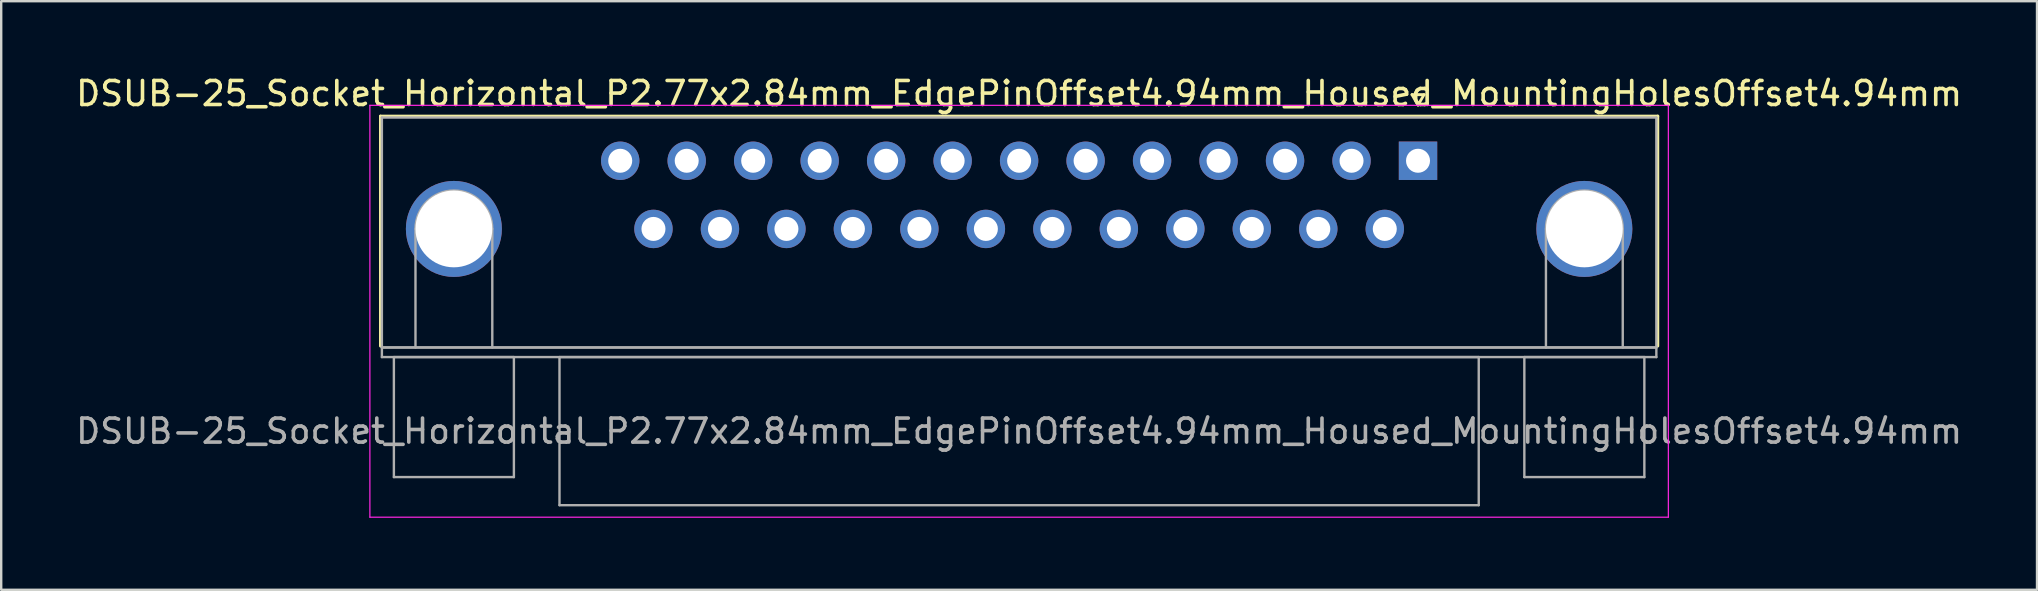
<source format=kicad_pcb>
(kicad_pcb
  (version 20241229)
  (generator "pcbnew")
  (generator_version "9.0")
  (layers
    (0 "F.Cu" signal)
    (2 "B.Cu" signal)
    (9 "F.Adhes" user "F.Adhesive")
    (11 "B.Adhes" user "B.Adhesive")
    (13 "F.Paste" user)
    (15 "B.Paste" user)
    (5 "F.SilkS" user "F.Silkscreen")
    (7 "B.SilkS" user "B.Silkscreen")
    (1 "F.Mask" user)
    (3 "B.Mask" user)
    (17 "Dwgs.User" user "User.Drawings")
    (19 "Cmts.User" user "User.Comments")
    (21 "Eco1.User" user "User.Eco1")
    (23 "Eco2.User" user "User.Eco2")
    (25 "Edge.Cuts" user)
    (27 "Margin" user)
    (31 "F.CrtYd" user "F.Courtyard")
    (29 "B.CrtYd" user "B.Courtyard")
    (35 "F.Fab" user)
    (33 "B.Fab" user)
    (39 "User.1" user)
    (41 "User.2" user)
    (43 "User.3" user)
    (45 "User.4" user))
  (footprint "DSUB-25_Socket_Horizontal_P2.77x2.84mm_EdgePinOffset4.94mm_Housed_MountingHolesOffset4.94mm"
    (layer "F.Cu")
    (at 56.031 3.648)
    (property "Reference" "DSUB-25_Socket_Horizontal_P2.77x2.84mm_EdgePinOffset4.94mm_Housed_MountingHolesOffset4.94mm" (at -16.62 -2.8 0) (layer "F.SilkS") (effects (font (size 1 1) (thickness 0.15))))
    (attr through_hole)
    (fp_line (start -43.23 -1.86) (end 9.99 -1.86) (stroke (width 0.12) (type solid)) (layer "F.SilkS"))
    (fp_line (start -43.23 7.72) (end -43.23 -1.86) (stroke (width 0.12) (type solid)) (layer "F.SilkS"))
    (fp_line (start -0.25 -2.754) (end 0.25 -2.754) (stroke (width 0.12) (type solid)) (layer "F.SilkS"))
    (fp_line (start 0 -2.321) (end -0.25 -2.754) (stroke (width 0.12) (type solid)) (layer "F.SilkS"))
    (fp_line (start 0.25 -2.754) (end 0 -2.321) (stroke (width 0.12) (type solid)) (layer "F.SilkS"))
    (fp_line (start 9.99 -1.86) (end 9.99 7.72) (stroke (width 0.12) (type solid)) (layer "F.SilkS"))
    (fp_line (start -43.67 -2.31) (end -43.67 14.85) (stroke (width 0.05) (type solid)) (layer "F.CrtYd"))
    (fp_line (start -43.67 14.85) (end 10.43 14.85) (stroke (width 0.05) (type solid)) (layer "F.CrtYd"))
    (fp_line (start 10.43 -2.31) (end -43.67 -2.31) (stroke (width 0.05) (type solid)) (layer "F.CrtYd"))
    (fp_line (start 10.43 14.85) (end 10.43 -2.31) (stroke (width 0.05) (type solid)) (layer "F.CrtYd"))
    (fp_line (start -43.17 -1.8) (end -43.17 7.78) (stroke (width 0.1) (type solid)) (layer "F.Fab"))
    (fp_line (start -43.17 7.78) (end -43.17 8.18) (stroke (width 0.1) (type solid)) (layer "F.Fab"))
    (fp_line (start -43.17 7.78) (end 9.93 7.78) (stroke (width 0.1) (type solid)) (layer "F.Fab"))
    (fp_line (start -43.17 8.18) (end 9.93 8.18) (stroke (width 0.1) (type solid)) (layer "F.Fab"))
    (fp_line (start -42.67 8.18) (end -42.67 13.18) (stroke (width 0.1) (type solid)) (layer "F.Fab"))
    (fp_line (start -42.67 13.18) (end -37.67 13.18) (stroke (width 0.1) (type solid)) (layer "F.Fab"))
    (fp_line (start -41.77 7.78) (end -41.77 2.84) (stroke (width 0.1) (type solid)) (layer "F.Fab"))
    (fp_line (start -38.57 7.78) (end -38.57 2.84) (stroke (width 0.1) (type solid)) (layer "F.Fab"))
    (fp_line (start -37.67 8.18) (end -42.67 8.18) (stroke (width 0.1) (type solid)) (layer "F.Fab"))
    (fp_line (start -37.67 13.18) (end -37.67 8.18) (stroke (width 0.1) (type solid)) (layer "F.Fab"))
    (fp_line (start -35.77 8.18) (end -35.77 14.35) (stroke (width 0.1) (type solid)) (layer "F.Fab"))
    (fp_line (start -35.77 14.35) (end 2.53 14.35) (stroke (width 0.1) (type solid)) (layer "F.Fab"))
    (fp_line (start 2.53 8.18) (end -35.77 8.18) (stroke (width 0.1) (type solid)) (layer "F.Fab"))
    (fp_line (start 2.53 14.35) (end 2.53 8.18) (stroke (width 0.1) (type solid)) (layer "F.Fab"))
    (fp_line (start 4.43 8.18) (end 4.43 13.18) (stroke (width 0.1) (type solid)) (layer "F.Fab"))
    (fp_line (start 4.43 13.18) (end 9.43 13.18) (stroke (width 0.1) (type solid)) (layer "F.Fab"))
    (fp_line (start 5.33 7.78) (end 5.33 2.84) (stroke (width 0.1) (type solid)) (layer "F.Fab"))
    (fp_line (start 8.53 7.78) (end 8.53 2.84) (stroke (width 0.1) (type solid)) (layer "F.Fab"))
    (fp_line (start 9.43 8.18) (end 4.43 8.18) (stroke (width 0.1) (type solid)) (layer "F.Fab"))
    (fp_line (start 9.43 13.18) (end 9.43 8.18) (stroke (width 0.1) (type solid)) (layer "F.Fab"))
    (fp_line (start 9.93 -1.8) (end -43.17 -1.8) (stroke (width 0.1) (type solid)) (layer "F.Fab"))
    (fp_line (start 9.93 7.78) (end -43.17 7.78) (stroke (width 0.1) (type solid)) (layer "F.Fab"))
    (fp_line (start 9.93 7.78) (end 9.93 -1.8) (stroke (width 0.1) (type solid)) (layer "F.Fab"))
    (fp_line (start 9.93 8.18) (end 9.93 7.78) (stroke (width 0.1) (type solid)) (layer "F.Fab"))
    (fp_arc (start -41.77 2.84) (mid -40.17 1.24) (end -38.57 2.84) (stroke (width 0.1) (type solid)) (layer "F.Fab"))
    (fp_arc (start 5.33 2.84) (mid 6.93 1.24) (end 8.53 2.84) (stroke (width 0.1) (type solid)) (layer "F.Fab"))
    (fp_text user "${REFERENCE}" (at -16.62 11.265 0) (layer "F.Fab") (effects (font (size 1 1) (thickness 0.15))))
    (pad "0" thru_hole circle (at -40.17 2.84) (size 4 4) (drill 3.2) (layers "*.Cu" "*.Mask"))
    (pad "0" thru_hole circle (at 6.93 2.84) (size 4 4) (drill 3.2) (layers "*.Cu" "*.Mask"))
    (pad "1" thru_hole rect (at 0 0) (size 1.6 1.6) (drill 1) (layers "*.Cu" "*.Mask"))
    (pad "2" thru_hole circle (at -2.77 0) (size 1.6 1.6) (drill 1) (layers "*.Cu" "*.Mask"))
    (pad "3" thru_hole circle (at -5.54 0) (size 1.6 1.6) (drill 1) (layers "*.Cu" "*.Mask"))
    (pad "4" thru_hole circle (at -8.31 0) (size 1.6 1.6) (drill 1) (layers "*.Cu" "*.Mask"))
    (pad "5" thru_hole circle (at -11.08 0) (size 1.6 1.6) (drill 1) (layers "*.Cu" "*.Mask"))
    (pad "6" thru_hole circle (at -13.85 0) (size 1.6 1.6) (drill 1) (layers "*.Cu" "*.Mask"))
    (pad "7" thru_hole circle (at -16.62 0) (size 1.6 1.6) (drill 1) (layers "*.Cu" "*.Mask"))
    (pad "8" thru_hole circle (at -19.39 0) (size 1.6 1.6) (drill 1) (layers "*.Cu" "*.Mask"))
    (pad "9" thru_hole circle (at -22.16 0) (size 1.6 1.6) (drill 1) (layers "*.Cu" "*.Mask"))
    (pad "10" thru_hole circle (at -24.93 0) (size 1.6 1.6) (drill 1) (layers "*.Cu" "*.Mask"))
    (pad "11" thru_hole circle (at -27.7 0) (size 1.6 1.6) (drill 1) (layers "*.Cu" "*.Mask"))
    (pad "12" thru_hole circle (at -30.47 0) (size 1.6 1.6) (drill 1) (layers "*.Cu" "*.Mask"))
    (pad "13" thru_hole circle (at -33.24 0) (size 1.6 1.6) (drill 1) (layers "*.Cu" "*.Mask"))
    (pad "14" thru_hole circle (at -1.385 2.84) (size 1.6 1.6) (drill 1) (layers "*.Cu" "*.Mask"))
    (pad "15" thru_hole circle (at -4.155 2.84) (size 1.6 1.6) (drill 1) (layers "*.Cu" "*.Mask"))
    (pad "16" thru_hole circle (at -6.925 2.84) (size 1.6 1.6) (drill 1) (layers "*.Cu" "*.Mask"))
    (pad "17" thru_hole circle (at -9.695 2.84) (size 1.6 1.6) (drill 1) (layers "*.Cu" "*.Mask"))
    (pad "18" thru_hole circle (at -12.465 2.84) (size 1.6 1.6) (drill 1) (layers "*.Cu" "*.Mask"))
    (pad "19" thru_hole circle (at -15.235 2.84) (size 1.6 1.6) (drill 1) (layers "*.Cu" "*.Mask"))
    (pad "20" thru_hole circle (at -18.005 2.84) (size 1.6 1.6) (drill 1) (layers "*.Cu" "*.Mask"))
    (pad "21" thru_hole circle (at -20.775 2.84) (size 1.6 1.6) (drill 1) (layers "*.Cu" "*.Mask"))
    (pad "22" thru_hole circle (at -23.545 2.84) (size 1.6 1.6) (drill 1) (layers "*.Cu" "*.Mask"))
    (pad "23" thru_hole circle (at -26.315 2.84) (size 1.6 1.6) (drill 1) (layers "*.Cu" "*.Mask"))
    (pad "24" thru_hole circle (at -29.085 2.84) (size 1.6 1.6) (drill 1) (layers "*.Cu" "*.Mask"))
    (pad "25" thru_hole circle (at -31.855 2.84) (size 1.6 1.6) (drill 1) (layers "*.Cu" "*.Mask")))
  (gr_rect
    (start -3 -3)
    (end 81.821 21.523)
    (stroke (width 0.1) (type default))
    (fill no)
    (layer "Edge.Cuts")))
</source>
